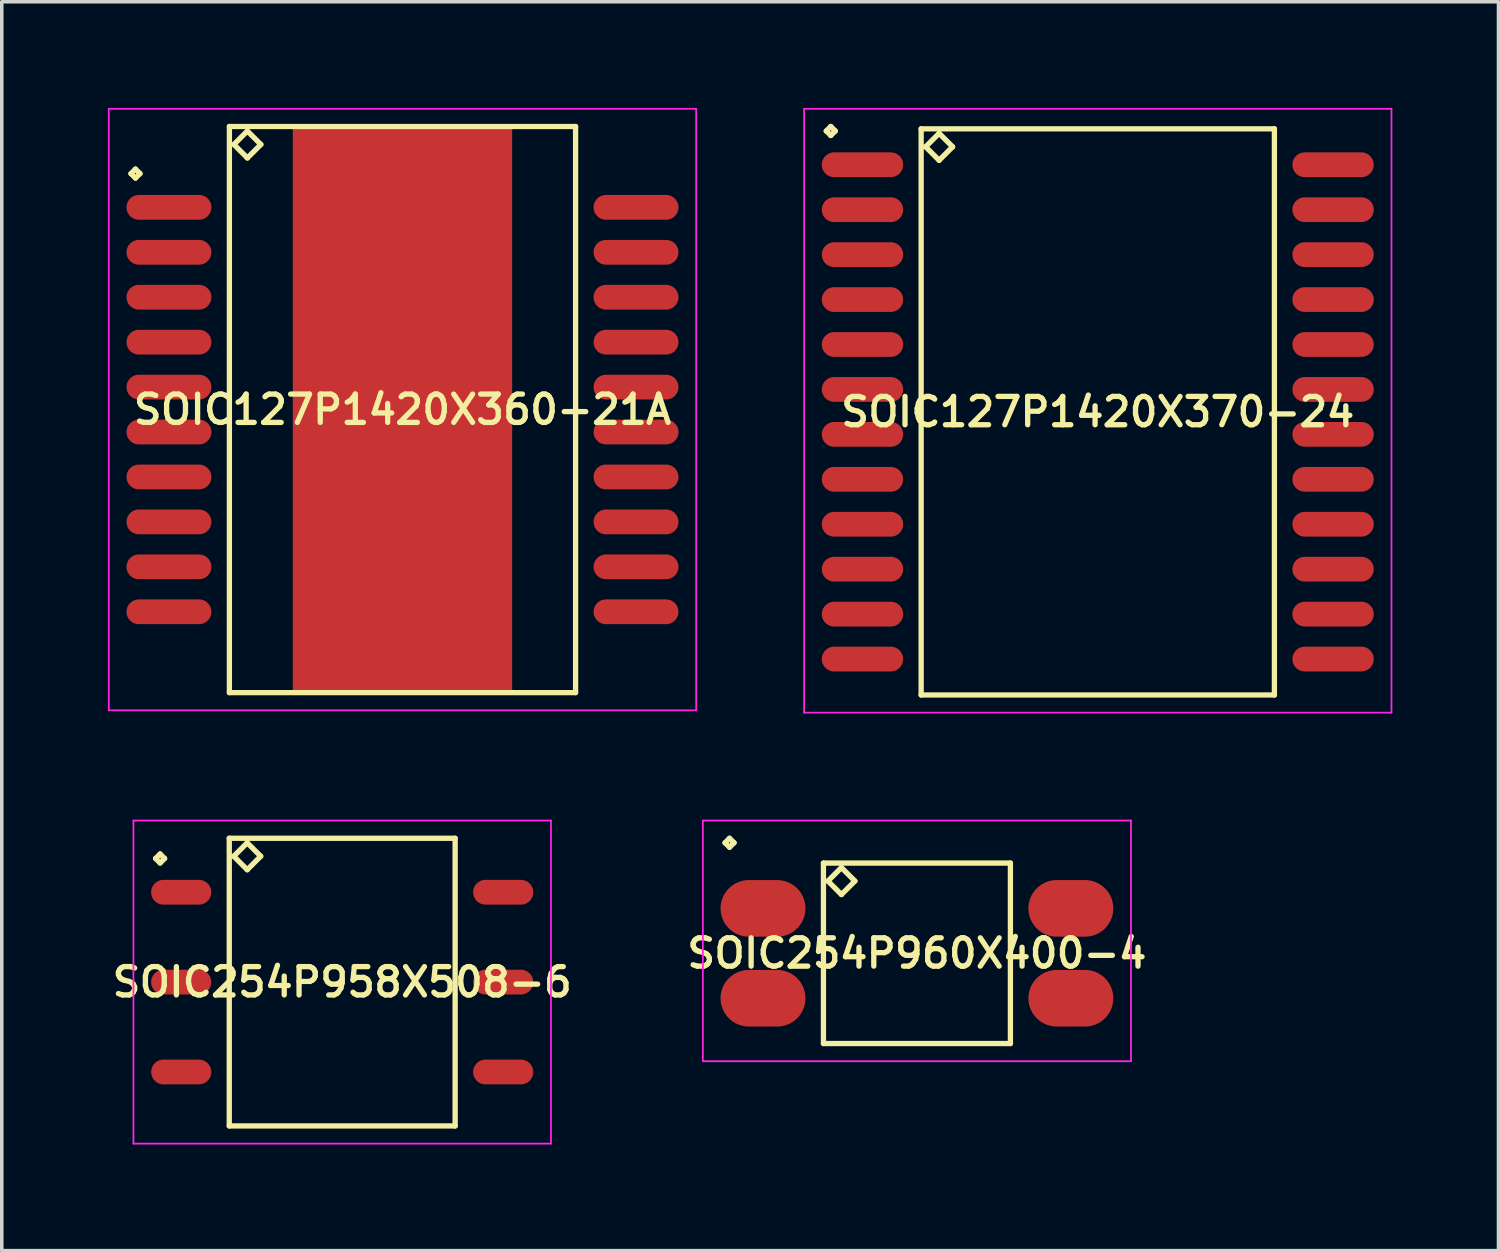
<source format=kicad_pcb>
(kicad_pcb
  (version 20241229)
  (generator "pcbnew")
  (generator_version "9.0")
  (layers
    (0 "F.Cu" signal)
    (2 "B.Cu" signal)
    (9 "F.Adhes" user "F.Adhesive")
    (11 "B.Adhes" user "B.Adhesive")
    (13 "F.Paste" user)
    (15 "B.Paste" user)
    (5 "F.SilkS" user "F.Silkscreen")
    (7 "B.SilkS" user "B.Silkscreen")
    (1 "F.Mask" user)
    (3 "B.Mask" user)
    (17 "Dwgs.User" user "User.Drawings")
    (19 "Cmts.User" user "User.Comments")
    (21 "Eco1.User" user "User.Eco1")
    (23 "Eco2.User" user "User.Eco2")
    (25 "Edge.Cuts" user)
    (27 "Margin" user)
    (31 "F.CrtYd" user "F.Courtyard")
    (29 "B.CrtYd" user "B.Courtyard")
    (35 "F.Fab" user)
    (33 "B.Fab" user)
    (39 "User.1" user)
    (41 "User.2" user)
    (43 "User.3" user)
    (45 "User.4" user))
  (footprint "SOIC127P1420X360-21A"
    (layer "F.Cu")
    (at 8.325 8.525)
    (property "Reference" "SOIC127P1420X360-21A" (at 0 0 0) (layer "F.SilkS") (effects (font (size 0.8 0.8) (thickness 0.15))))
    (attr smd)
    (fp_line (start -7.673 -6.669) (end -7.546 -6.796) (stroke (width 0.15) (type solid)) (layer "F.SilkS"))
    (fp_line (start -7.546 -6.796) (end -7.419 -6.669) (stroke (width 0.15) (type solid)) (layer "F.SilkS"))
    (fp_line (start -7.546 -6.542) (end -7.673 -6.669) (stroke (width 0.15) (type solid)) (layer "F.SilkS"))
    (fp_line (start -7.419 -6.669) (end -7.546 -6.542) (stroke (width 0.15) (type solid)) (layer "F.SilkS"))
    (fp_line (start -4.892 -8) (end -4.892 8) (stroke (width 0.15) (type solid)) (layer "F.SilkS"))
    (fp_line (start -4.892 8) (end 4.892 8) (stroke (width 0.15) (type solid)) (layer "F.SilkS"))
    (fp_line (start -4.765 -7.492) (end -4.384 -7.873) (stroke (width 0.15) (type solid)) (layer "F.SilkS"))
    (fp_line (start -4.384 -7.873) (end -4.003 -7.492) (stroke (width 0.15) (type solid)) (layer "F.SilkS"))
    (fp_line (start -4.384 -7.111) (end -4.765 -7.492) (stroke (width 0.15) (type solid)) (layer "F.SilkS"))
    (fp_line (start -4.003 -7.492) (end -4.384 -7.111) (stroke (width 0.15) (type solid)) (layer "F.SilkS"))
    (fp_line (start 4.892 -8) (end -4.892 -8) (stroke (width 0.15) (type solid)) (layer "F.SilkS"))
    (fp_line (start 4.892 8) (end 4.892 -8) (stroke (width 0.15) (type solid)) (layer "F.SilkS"))
    (fp_line (start -8.3 -8.5) (end 8.3 -8.5) (stroke (width 0.05) (type solid)) (layer "F.CrtYd"))
    (fp_line (start -8.3 8.5) (end -8.3 -8.5) (stroke (width 0.05) (type solid)) (layer "F.CrtYd"))
    (fp_line (start 8.3 -8.5) (end 8.3 8.5) (stroke (width 0.05) (type solid)) (layer "F.CrtYd"))
    (fp_line (start 8.3 8.5) (end -8.3 8.5) (stroke (width 0.05) (type solid)) (layer "F.CrtYd"))
    (pad "1" smd oval (at -6.6 -5.715) (size 2.4 0.7) (layers "F.Cu" "F.Mask" "F.Paste"))
    (pad "2" smd oval (at -6.6 -4.445) (size 2.4 0.7) (layers "F.Cu" "F.Mask" "F.Paste"))
    (pad "3" smd oval (at -6.6 -3.175) (size 2.4 0.7) (layers "F.Cu" "F.Mask" "F.Paste"))
    (pad "4" smd oval (at -6.6 -1.905) (size 2.4 0.7) (layers "F.Cu" "F.Mask" "F.Paste"))
    (pad "5" smd oval (at -6.6 -0.635) (size 2.4 0.7) (layers "F.Cu" "F.Mask" "F.Paste"))
    (pad "6" smd oval (at -6.6 0.635) (size 2.4 0.7) (layers "F.Cu" "F.Mask" "F.Paste"))
    (pad "7" smd oval (at -6.6 1.905) (size 2.4 0.7) (layers "F.Cu" "F.Mask" "F.Paste"))
    (pad "8" smd oval (at -6.6 3.175) (size 2.4 0.7) (layers "F.Cu" "F.Mask" "F.Paste"))
    (pad "9" smd oval (at -6.6 4.445) (size 2.4 0.7) (layers "F.Cu" "F.Mask" "F.Paste"))
    (pad "10" smd oval (at -6.6 5.715) (size 2.4 0.7) (layers "F.Cu" "F.Mask" "F.Paste"))
    (pad "11" smd oval (at 6.6 5.715) (size 2.4 0.7) (layers "F.Cu" "F.Mask" "F.Paste"))
    (pad "12" smd oval (at 6.6 4.445) (size 2.4 0.7) (layers "F.Cu" "F.Mask" "F.Paste"))
    (pad "13" smd oval (at 6.6 3.175) (size 2.4 0.7) (layers "F.Cu" "F.Mask" "F.Paste"))
    (pad "14" smd oval (at 6.6 1.905) (size 2.4 0.7) (layers "F.Cu" "F.Mask" "F.Paste"))
    (pad "15" smd oval (at 6.6 0.635) (size 2.4 0.7) (layers "F.Cu" "F.Mask" "F.Paste"))
    (pad "16" smd oval (at 6.6 -0.635) (size 2.4 0.7) (layers "F.Cu" "F.Mask" "F.Paste"))
    (pad "17" smd oval (at 6.6 -1.905) (size 2.4 0.7) (layers "F.Cu" "F.Mask" "F.Paste"))
    (pad "18" smd oval (at 6.6 -3.175) (size 2.4 0.7) (layers "F.Cu" "F.Mask" "F.Paste"))
    (pad "19" smd oval (at 6.6 -4.445) (size 2.4 0.7) (layers "F.Cu" "F.Mask" "F.Paste"))
    (pad "20" smd oval (at 6.6 -5.715) (size 2.4 0.7) (layers "F.Cu" "F.Mask" "F.Paste"))
    (pad "21" smd rect (at 0 0) (size 6.2 16) (layers "F.Cu" "F.Mask" "F.Paste")))
  (footprint "SOIC254P960X400-4"
    (layer "F.Cu")
    (at 22.864 23.892)
    (property "Reference" "SOIC254P960X400-4" (at 0 0 0) (layer "F.SilkS") (effects (font (size 0.8 0.8) (thickness 0.15))))
    (attr smd)
    (fp_line (start -5.423 -3.124) (end -5.296 -3.251) (stroke (width 0.15) (type solid)) (layer "F.SilkS"))
    (fp_line (start -5.296 -3.251) (end -5.169 -3.124) (stroke (width 0.15) (type solid)) (layer "F.SilkS"))
    (fp_line (start -5.296 -2.997) (end -5.423 -3.124) (stroke (width 0.15) (type solid)) (layer "F.SilkS"))
    (fp_line (start -5.169 -3.124) (end -5.296 -2.997) (stroke (width 0.15) (type solid)) (layer "F.SilkS"))
    (fp_line (start -2.642 -2.55) (end -2.642 2.55) (stroke (width 0.15) (type solid)) (layer "F.SilkS"))
    (fp_line (start -2.642 2.55) (end 2.642 2.55) (stroke (width 0.15) (type solid)) (layer "F.SilkS"))
    (fp_line (start -2.515 -2.042) (end -2.134 -2.423) (stroke (width 0.15) (type solid)) (layer "F.SilkS"))
    (fp_line (start -2.134 -2.423) (end -1.753 -2.042) (stroke (width 0.15) (type solid)) (layer "F.SilkS"))
    (fp_line (start -2.134 -1.661) (end -2.515 -2.042) (stroke (width 0.15) (type solid)) (layer "F.SilkS"))
    (fp_line (start -1.753 -2.042) (end -2.134 -1.661) (stroke (width 0.15) (type solid)) (layer "F.SilkS"))
    (fp_line (start 2.642 -2.55) (end -2.642 -2.55) (stroke (width 0.15) (type solid)) (layer "F.SilkS"))
    (fp_line (start 2.642 2.55) (end 2.642 -2.55) (stroke (width 0.15) (type solid)) (layer "F.SilkS"))
    (fp_line (start -6.05 -3.751) (end 6.05 -3.751) (stroke (width 0.05) (type solid)) (layer "F.CrtYd"))
    (fp_line (start -6.05 3.05) (end -6.05 -3.751) (stroke (width 0.05) (type solid)) (layer "F.CrtYd"))
    (fp_line (start 6.05 -3.751) (end 6.05 3.05) (stroke (width 0.05) (type solid)) (layer "F.CrtYd"))
    (fp_line (start 6.05 3.05) (end -6.05 3.05) (stroke (width 0.05) (type solid)) (layer "F.CrtYd"))
    (pad "1" smd oval (at -4.35 -1.27) (size 2.4 1.6) (layers "F.Cu" "F.Mask" "F.Paste"))
    (pad "2" smd oval (at -4.35 1.27) (size 2.4 1.6) (layers "F.Cu" "F.Mask" "F.Paste"))
    (pad "3" smd oval (at 4.35 1.27) (size 2.4 1.6) (layers "F.Cu" "F.Mask" "F.Paste"))
    (pad "4" smd oval (at 4.35 -1.27) (size 2.4 1.6) (layers "F.Cu" "F.Mask" "F.Paste")))
  (footprint "SOIC127P1420X370-24"
    (layer "F.Cu")
    (at 27.975 8.591)
    (property "Reference" "SOIC127P1420X370-24" (at 0 0 0) (layer "F.SilkS") (effects (font (size 0.8 0.8) (thickness 0.15))))
    (attr smd)
    (fp_line (start -7.673 -7.939) (end -7.546 -8.066) (stroke (width 0.15) (type solid)) (layer "F.SilkS"))
    (fp_line (start -7.546 -8.066) (end -7.419 -7.939) (stroke (width 0.15) (type solid)) (layer "F.SilkS"))
    (fp_line (start -7.546 -7.812) (end -7.673 -7.939) (stroke (width 0.15) (type solid)) (layer "F.SilkS"))
    (fp_line (start -7.419 -7.939) (end -7.546 -7.812) (stroke (width 0.15) (type solid)) (layer "F.SilkS"))
    (fp_line (start -4.992 -8) (end -4.992 8) (stroke (width 0.15) (type solid)) (layer "F.SilkS"))
    (fp_line (start -4.992 8) (end 4.992 8) (stroke (width 0.15) (type solid)) (layer "F.SilkS"))
    (fp_line (start -4.865 -7.492) (end -4.484 -7.873) (stroke (width 0.15) (type solid)) (layer "F.SilkS"))
    (fp_line (start -4.484 -7.873) (end -4.103 -7.492) (stroke (width 0.15) (type solid)) (layer "F.SilkS"))
    (fp_line (start -4.484 -7.111) (end -4.865 -7.492) (stroke (width 0.15) (type solid)) (layer "F.SilkS"))
    (fp_line (start -4.103 -7.492) (end -4.484 -7.111) (stroke (width 0.15) (type solid)) (layer "F.SilkS"))
    (fp_line (start 4.992 -8) (end -4.992 -8) (stroke (width 0.15) (type solid)) (layer "F.SilkS"))
    (fp_line (start 4.992 8) (end 4.992 -8) (stroke (width 0.15) (type solid)) (layer "F.SilkS"))
    (fp_line (start -8.3 -8.566) (end 8.3 -8.566) (stroke (width 0.05) (type solid)) (layer "F.CrtYd"))
    (fp_line (start -8.3 8.5) (end -8.3 -8.566) (stroke (width 0.05) (type solid)) (layer "F.CrtYd"))
    (fp_line (start 8.3 -8.566) (end 8.3 8.5) (stroke (width 0.05) (type solid)) (layer "F.CrtYd"))
    (fp_line (start 8.3 8.5) (end -8.3 8.5) (stroke (width 0.05) (type solid)) (layer "F.CrtYd"))
    (pad "1" smd oval (at -6.65 -6.985) (size 2.3 0.7) (layers "F.Cu" "F.Mask" "F.Paste"))
    (pad "2" smd oval (at -6.65 -5.715) (size 2.3 0.7) (layers "F.Cu" "F.Mask" "F.Paste"))
    (pad "3" smd oval (at -6.65 -4.445) (size 2.3 0.7) (layers "F.Cu" "F.Mask" "F.Paste"))
    (pad "4" smd oval (at -6.65 -3.175) (size 2.3 0.7) (layers "F.Cu" "F.Mask" "F.Paste"))
    (pad "5" smd oval (at -6.65 -1.905) (size 2.3 0.7) (layers "F.Cu" "F.Mask" "F.Paste"))
    (pad "6" smd oval (at -6.65 -0.635) (size 2.3 0.7) (layers "F.Cu" "F.Mask" "F.Paste"))
    (pad "7" smd oval (at -6.65 0.635) (size 2.3 0.7) (layers "F.Cu" "F.Mask" "F.Paste"))
    (pad "8" smd oval (at -6.65 1.905) (size 2.3 0.7) (layers "F.Cu" "F.Mask" "F.Paste"))
    (pad "9" smd oval (at -6.65 3.175) (size 2.3 0.7) (layers "F.Cu" "F.Mask" "F.Paste"))
    (pad "10" smd oval (at -6.65 4.445) (size 2.3 0.7) (layers "F.Cu" "F.Mask" "F.Paste"))
    (pad "11" smd oval (at -6.65 5.715) (size 2.3 0.7) (layers "F.Cu" "F.Mask" "F.Paste"))
    (pad "12" smd oval (at -6.65 6.985) (size 2.3 0.7) (layers "F.Cu" "F.Mask" "F.Paste"))
    (pad "13" smd oval (at 6.65 6.985) (size 2.3 0.7) (layers "F.Cu" "F.Mask" "F.Paste"))
    (pad "14" smd oval (at 6.65 5.715) (size 2.3 0.7) (layers "F.Cu" "F.Mask" "F.Paste"))
    (pad "15" smd oval (at 6.65 4.445) (size 2.3 0.7) (layers "F.Cu" "F.Mask" "F.Paste"))
    (pad "16" smd oval (at 6.65 3.175) (size 2.3 0.7) (layers "F.Cu" "F.Mask" "F.Paste"))
    (pad "17" smd oval (at 6.65 1.905) (size 2.3 0.7) (layers "F.Cu" "F.Mask" "F.Paste"))
    (pad "18" smd oval (at 6.65 0.635) (size 2.3 0.7) (layers "F.Cu" "F.Mask" "F.Paste"))
    (pad "19" smd oval (at 6.65 -0.635) (size 2.3 0.7) (layers "F.Cu" "F.Mask" "F.Paste"))
    (pad "20" smd oval (at 6.65 -1.905) (size 2.3 0.7) (layers "F.Cu" "F.Mask" "F.Paste"))
    (pad "21" smd oval (at 6.65 -3.175) (size 2.3 0.7) (layers "F.Cu" "F.Mask" "F.Paste"))
    (pad "22" smd oval (at 6.65 -4.445) (size 2.3 0.7) (layers "F.Cu" "F.Mask" "F.Paste"))
    (pad "23" smd oval (at 6.65 -5.715) (size 2.3 0.7) (layers "F.Cu" "F.Mask" "F.Paste"))
    (pad "24" smd oval (at 6.65 -6.985) (size 2.3 0.7) (layers "F.Cu" "F.Mask" "F.Paste")))
  (footprint "SOIC254P958X508-6"
    (layer "F.Cu")
    (at 6.621 24.706)
    (property "Reference" "SOIC254P958X508-6" (at 0 0 0) (layer "F.SilkS") (effects (font (size 0.8 0.8) (thickness 0.15))))
    (attr smd)
    (fp_line (start -5.273 -3.494) (end -5.146 -3.621) (stroke (width 0.15) (type solid)) (layer "F.SilkS"))
    (fp_line (start -5.146 -3.621) (end -5.019 -3.494) (stroke (width 0.15) (type solid)) (layer "F.SilkS"))
    (fp_line (start -5.146 -3.367) (end -5.273 -3.494) (stroke (width 0.15) (type solid)) (layer "F.SilkS"))
    (fp_line (start -5.019 -3.494) (end -5.146 -3.367) (stroke (width 0.15) (type solid)) (layer "F.SilkS"))
    (fp_line (start -3.192 -4.065) (end -3.192 4.065) (stroke (width 0.15) (type solid)) (layer "F.SilkS"))
    (fp_line (start -3.192 4.065) (end 3.192 4.065) (stroke (width 0.15) (type solid)) (layer "F.SilkS"))
    (fp_line (start -3.065 -3.557) (end -2.684 -3.938) (stroke (width 0.15) (type solid)) (layer "F.SilkS"))
    (fp_line (start -2.684 -3.938) (end -2.303 -3.557) (stroke (width 0.15) (type solid)) (layer "F.SilkS"))
    (fp_line (start -2.684 -3.176) (end -3.065 -3.557) (stroke (width 0.15) (type solid)) (layer "F.SilkS"))
    (fp_line (start -2.303 -3.557) (end -2.684 -3.176) (stroke (width 0.15) (type solid)) (layer "F.SilkS"))
    (fp_line (start 3.192 -4.065) (end -3.192 -4.065) (stroke (width 0.15) (type solid)) (layer "F.SilkS"))
    (fp_line (start 3.192 4.065) (end 3.192 -4.065) (stroke (width 0.15) (type solid)) (layer "F.SilkS"))
    (fp_line (start -5.9 -4.565) (end 5.9 -4.565) (stroke (width 0.05) (type solid)) (layer "F.CrtYd"))
    (fp_line (start -5.9 4.565) (end -5.9 -4.565) (stroke (width 0.05) (type solid)) (layer "F.CrtYd"))
    (fp_line (start 5.9 -4.565) (end 5.9 4.565) (stroke (width 0.05) (type solid)) (layer "F.CrtYd"))
    (fp_line (start 5.9 4.565) (end -5.9 4.565) (stroke (width 0.05) (type solid)) (layer "F.CrtYd"))
    (pad "1" smd oval (at -4.55 -2.54) (size 1.7 0.7) (layers "F.Cu" "F.Mask" "F.Paste"))
    (pad "2" smd oval (at -4.55 0) (size 1.7 0.7) (layers "F.Cu" "F.Mask" "F.Paste"))
    (pad "3" smd oval (at -4.55 2.54) (size 1.7 0.7) (layers "F.Cu" "F.Mask" "F.Paste"))
    (pad "4" smd oval (at 4.55 2.54) (size 1.7 0.7) (layers "F.Cu" "F.Mask" "F.Paste"))
    (pad "5" smd oval (at 4.55 0) (size 1.7 0.7) (layers "F.Cu" "F.Mask" "F.Paste"))
    (pad "6" smd oval (at 4.55 -2.54) (size 1.7 0.7) (layers "F.Cu" "F.Mask" "F.Paste")))
  (gr_rect
    (start -3 -3)
    (end 39.3 32.296)
    (stroke (width 0.1) (type default))
    (fill no)
    (layer "Edge.Cuts")))
</source>
